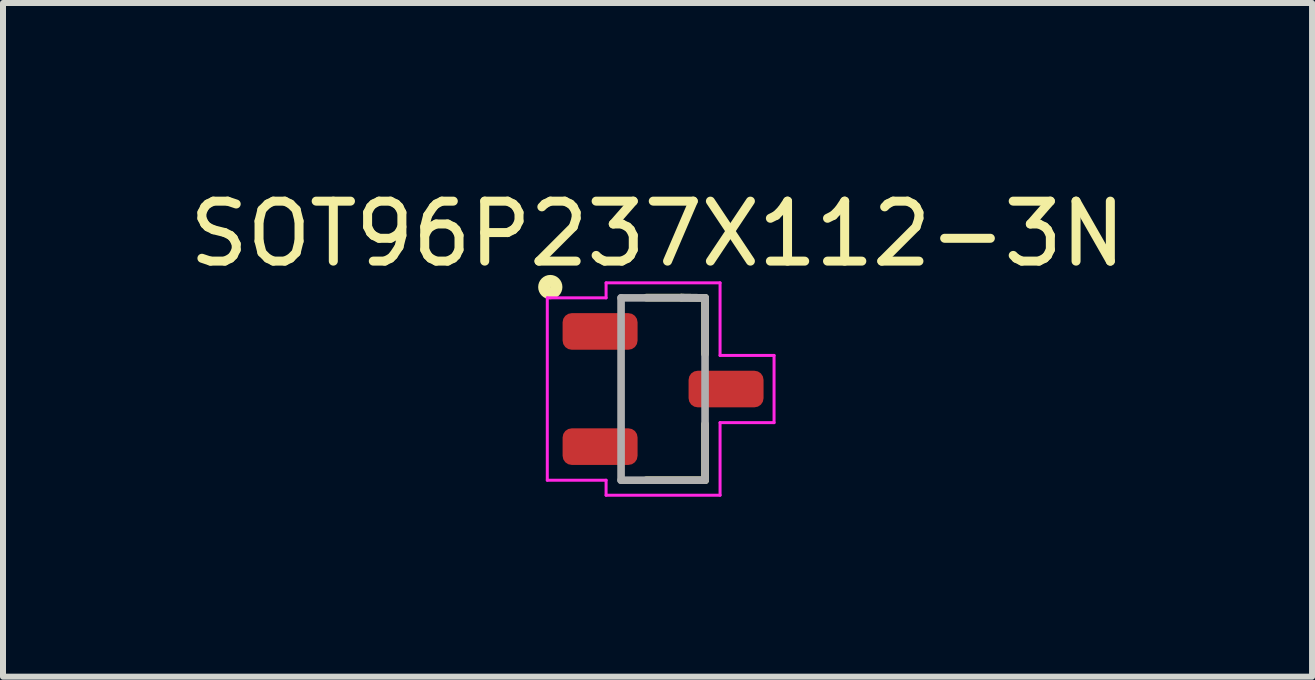
<source format=kicad_pcb>
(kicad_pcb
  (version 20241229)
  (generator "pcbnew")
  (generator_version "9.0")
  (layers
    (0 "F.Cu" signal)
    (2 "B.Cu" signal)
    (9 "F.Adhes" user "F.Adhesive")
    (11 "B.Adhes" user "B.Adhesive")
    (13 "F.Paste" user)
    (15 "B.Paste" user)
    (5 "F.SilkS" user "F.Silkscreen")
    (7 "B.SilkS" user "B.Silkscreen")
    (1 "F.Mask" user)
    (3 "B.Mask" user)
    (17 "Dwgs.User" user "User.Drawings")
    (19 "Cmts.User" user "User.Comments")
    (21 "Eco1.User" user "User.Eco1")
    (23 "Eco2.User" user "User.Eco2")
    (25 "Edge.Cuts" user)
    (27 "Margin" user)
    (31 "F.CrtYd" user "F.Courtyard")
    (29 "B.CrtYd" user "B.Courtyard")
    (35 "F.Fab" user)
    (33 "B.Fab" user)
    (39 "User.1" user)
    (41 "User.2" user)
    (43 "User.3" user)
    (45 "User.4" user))
  (footprint "SOT96P237X112-3N"
    (layer "F.Cu")
    (at 8.003 3.435)
    (property "Reference" "SOT96P237X112-3N" (at -0.092 -2.587 0) (layer "F.SilkS") (effects (font (size 1 1) (thickness 0.15))))
    (attr smd)
    (fp_line (start -0.279 1.52) (end 0.7 1.52) (stroke (width 0.127) (type solid)) (layer "F.SilkS"))
    (fp_line (start 0.305 -1.524) (end -0.279 -1.524) (stroke (width 0.127) (type solid)) (layer "F.SilkS"))
    (fp_line (start 0.7 -1.52) (end 0.305 -1.524) (stroke (width 0.127) (type solid)) (layer "F.SilkS"))
    (fp_line (start 0.7 -0.584) (end 0.7 -1.52) (stroke (width 0.127) (type solid)) (layer "F.SilkS"))
    (fp_line (start 0.7 1.52) (end 0.7 0.584) (stroke (width 0.127) (type solid)) (layer "F.SilkS"))
    (fp_circle (center -1.88 -1.7) (end -1.778 -1.7) (stroke (width 0.2) (type solid)) (fill no) (layer "F.SilkS"))
    (fp_line (start -1.93 -1.52) (end -0.95 -1.52) (stroke (width 0.05) (type solid)) (layer "F.CrtYd"))
    (fp_line (start -1.93 1.52) (end -1.93 -1.52) (stroke (width 0.05) (type solid)) (layer "F.CrtYd"))
    (fp_line (start -0.95 -1.77) (end 0.95 -1.77) (stroke (width 0.05) (type solid)) (layer "F.CrtYd"))
    (fp_line (start -0.95 -1.52) (end -0.95 -1.77) (stroke (width 0.05) (type solid)) (layer "F.CrtYd"))
    (fp_line (start -0.95 1.52) (end -1.93 1.52) (stroke (width 0.05) (type solid)) (layer "F.CrtYd"))
    (fp_line (start -0.95 1.77) (end -0.95 1.52) (stroke (width 0.05) (type solid)) (layer "F.CrtYd"))
    (fp_line (start 0.95 -1.77) (end 0.95 -0.56) (stroke (width 0.05) (type solid)) (layer "F.CrtYd"))
    (fp_line (start 0.95 -0.56) (end 1.85 -0.56) (stroke (width 0.05) (type solid)) (layer "F.CrtYd"))
    (fp_line (start 0.95 0.56) (end 0.95 1.77) (stroke (width 0.05) (type solid)) (layer "F.CrtYd"))
    (fp_line (start 0.95 1.77) (end -0.95 1.77) (stroke (width 0.05) (type solid)) (layer "F.CrtYd"))
    (fp_line (start 1.85 -0.56) (end 1.85 0.56) (stroke (width 0.05) (type solid)) (layer "F.CrtYd"))
    (fp_line (start 1.85 0.56) (end 0.95 0.56) (stroke (width 0.05) (type solid)) (layer "F.CrtYd"))
    (fp_line (start -0.7 -1.52) (end -0.7 1.52) (stroke (width 0.127) (type solid)) (layer "F.Fab"))
    (fp_line (start -0.7 1.52) (end 0.7 1.52) (stroke (width 0.127) (type solid)) (layer "F.Fab"))
    (fp_line (start 0.305 -1.524) (end 0.7 -1.52) (stroke (width 0.127) (type solid)) (layer "F.Fab"))
    (fp_line (start 0.7 -1.52) (end -0.7 -1.52) (stroke (width 0.127) (type solid)) (layer "F.Fab"))
    (fp_line (start 0.7 1.52) (end 0.7 -1.52) (stroke (width 0.127) (type solid)) (layer "F.Fab"))
    (pad "1" smd roundrect (at -1.05 -0.96) (size 1.25 0.61) (layers "F.Cu" "F.Mask" "F.Paste") (roundrect_rratio 0.25))
    (pad "2" smd roundrect (at -1.05 0.96) (size 1.25 0.61) (layers "F.Cu" "F.Mask" "F.Paste") (roundrect_rratio 0.25))
    (pad "3" smd roundrect (at 1.05 0) (size 1.25 0.61) (layers "F.Cu" "F.Mask" "F.Paste") (roundrect_rratio 0.25)))
  (gr_rect
    (start -3 -3)
    (end 18.821 8.23)
    (stroke (width 0.1) (type default))
    (fill no)
    (layer "Edge.Cuts")))
</source>
